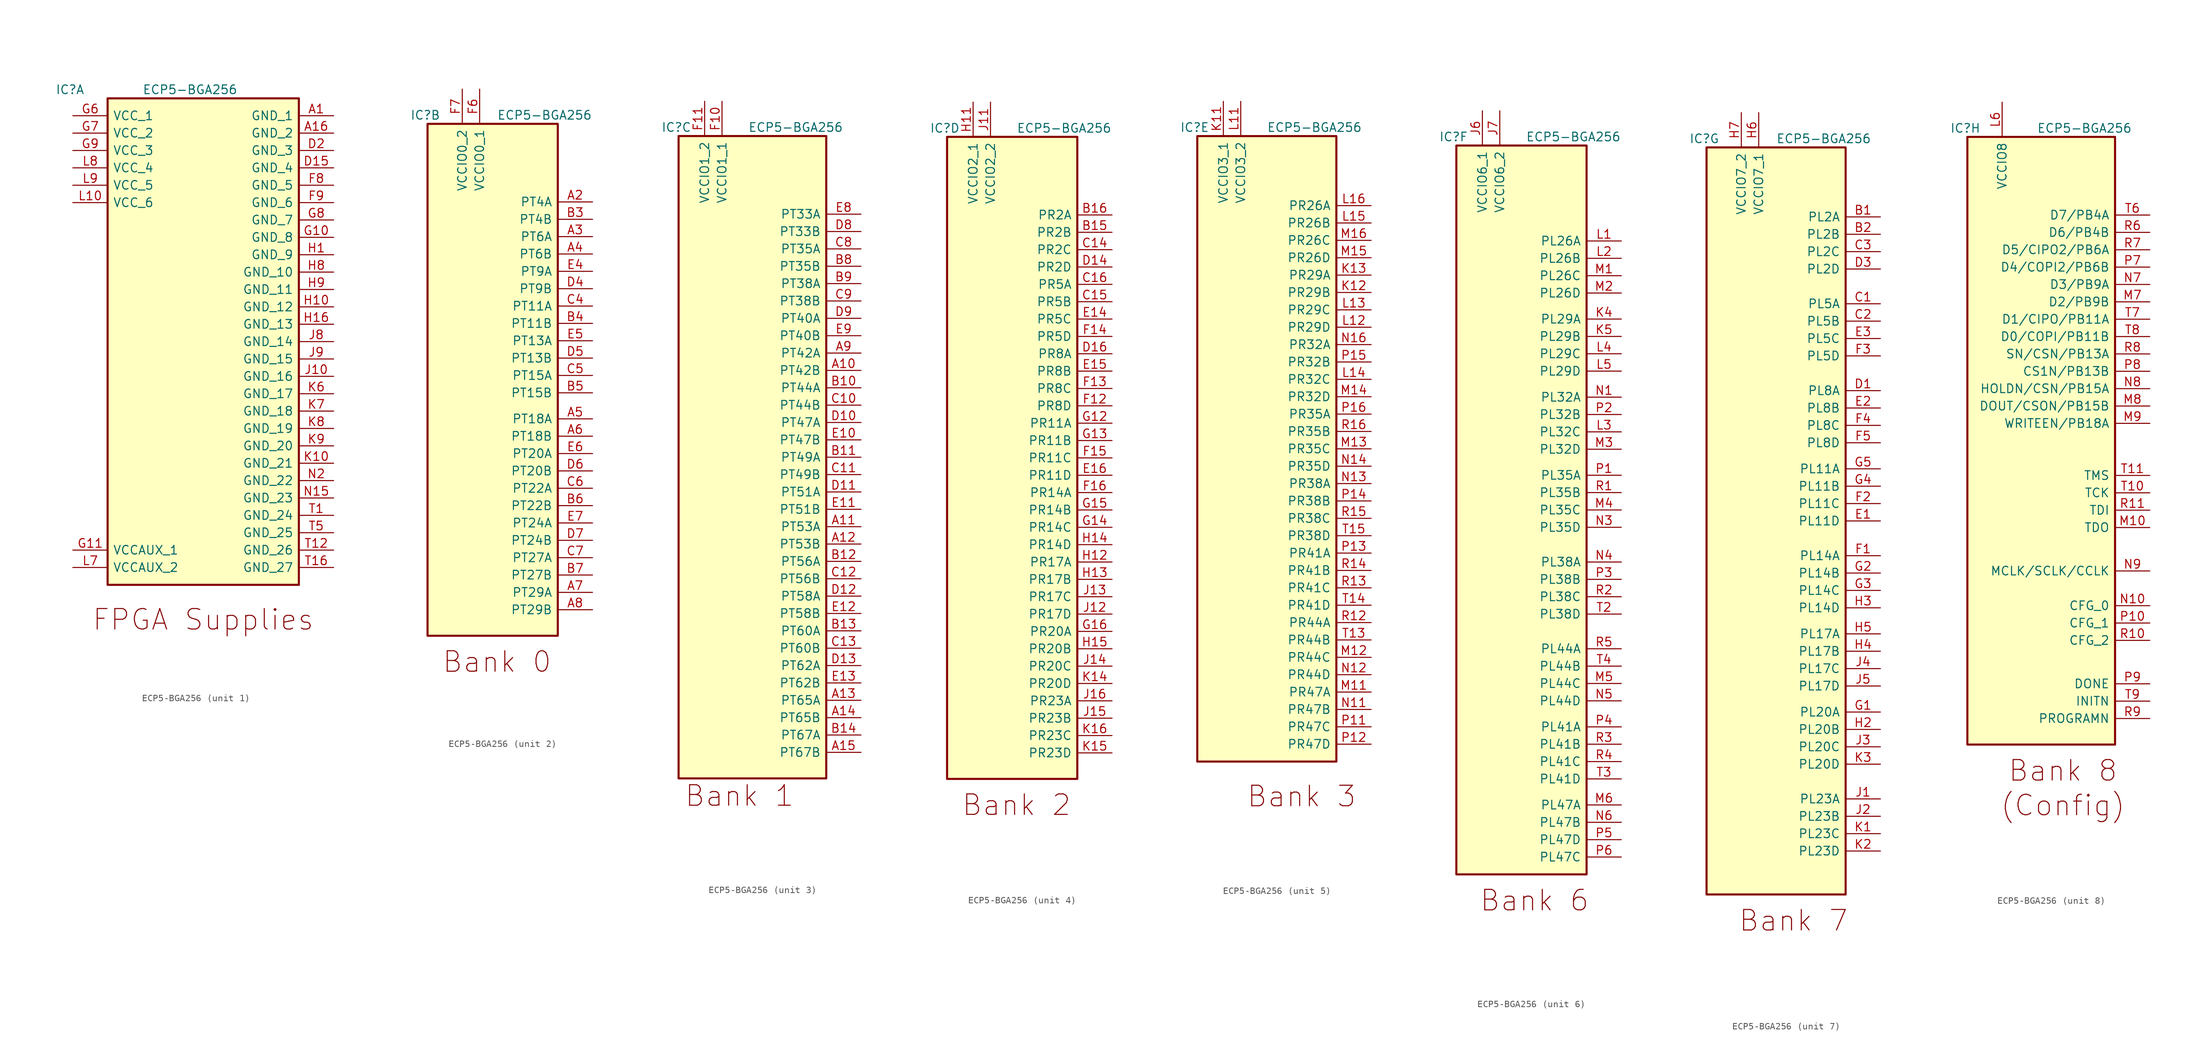
<source format=kicad_sym>
(kicad_symbol_lib
  (version 20200126)
  (host kicad_symbol_editor "5.99.0-unknown-2f31bf2~101~ubuntu20.04.1")
  (symbol "mini_mipi:ECP5-BGA256"
    (pin_names
      (offset 0.762))
    (property "Reference" "IC"
      (at -2.54 1.27 0)
      (effects (font (size 1.27 1.27)) (justify left)))
    (property "Value" "ECP5-BGA256"
      (at 10.16 1.27 0)
      (effects (font (size 1.27 1.27)) (justify left)))
    (property "ki_locked" ""
      (at 0 0 0)
      (effects (font (size 1.27 1.27))))
    (symbol "ECP5-BGA256_8_0"
      (text "(Config)" (at 13.97 -97.79 0) (effects (font (size 2.997 2.997))))
      (text "Bank 8" (at 13.97 -92.71 0) (effects (font (size 2.997 2.997)))))
    (symbol "ECP5-BGA256_1_1"
      (text "FPGA Supplies" (at 19.05 -76.2 0) (effects (font (size 2.997 2.997))))
      (pin power_in line (at 38.1 -2.54 180) (length 5.08) (name "GND_1" (effects (font (size 1.27 1.27)))) (number "A1" (effects (font (size 1.27 1.27)))))
      (pin power_in line (at 38.1 -5.08 180) (length 5.08) (name "GND_2" (effects (font (size 1.27 1.27)))) (number "A16" (effects (font (size 1.27 1.27)))))
      (pin power_in line (at 38.1 -10.16 180) (length 5.08) (name "GND_4" (effects (font (size 1.27 1.27)))) (number "D15" (effects (font (size 1.27 1.27)))))
      (pin power_in line (at 38.1 -7.62 180) (length 5.08) (name "GND_3" (effects (font (size 1.27 1.27)))) (number "D2" (effects (font (size 1.27 1.27)))))
      (pin power_in line (at 38.1 -12.7 180) (length 5.08) (name "GND_5" (effects (font (size 1.27 1.27)))) (number "F8" (effects (font (size 1.27 1.27)))))
      (pin power_in line (at 38.1 -15.24 180) (length 5.08) (name "GND_6" (effects (font (size 1.27 1.27)))) (number "F9" (effects (font (size 1.27 1.27)))))
      (pin power_in line (at 38.1 -20.32 180) (length 5.08) (name "GND_8" (effects (font (size 1.27 1.27)))) (number "G10" (effects (font (size 1.27 1.27)))))
      (pin power_in line (at 0 -66.04 0) (length 5.08) (name "VCCAUX_1" (effects (font (size 1.27 1.27)))) (number "G11" (effects (font (size 1.27 1.27)))))
      (pin power_in line (at 0 -2.54 0) (length 5.08) (name "VCC_1" (effects (font (size 1.27 1.27)))) (number "G6" (effects (font (size 1.27 1.27)))))
      (pin power_in line (at 0 -5.08 0) (length 5.08) (name "VCC_2" (effects (font (size 1.27 1.27)))) (number "G7" (effects (font (size 1.27 1.27)))))
      (pin power_in line (at 38.1 -17.78 180) (length 5.08) (name "GND_7" (effects (font (size 1.27 1.27)))) (number "G8" (effects (font (size 1.27 1.27)))))
      (pin power_in line (at 0 -7.62 0) (length 5.08) (name "VCC_3" (effects (font (size 1.27 1.27)))) (number "G9" (effects (font (size 1.27 1.27)))))
      (pin power_in line (at 38.1 -22.86 180) (length 5.08) (name "GND_9" (effects (font (size 1.27 1.27)))) (number "H1" (effects (font (size 1.27 1.27)))))
      (pin power_in line (at 38.1 -30.48 180) (length 5.08) (name "GND_12" (effects (font (size 1.27 1.27)))) (number "H10" (effects (font (size 1.27 1.27)))))
      (pin power_in line (at 38.1 -33.02 180) (length 5.08) (name "GND_13" (effects (font (size 1.27 1.27)))) (number "H16" (effects (font (size 1.27 1.27)))))
      (pin power_in line (at 38.1 -25.4 180) (length 5.08) (name "GND_10" (effects (font (size 1.27 1.27)))) (number "H8" (effects (font (size 1.27 1.27)))))
      (pin power_in line (at 38.1 -27.94 180) (length 5.08) (name "GND_11" (effects (font (size 1.27 1.27)))) (number "H9" (effects (font (size 1.27 1.27)))))
      (pin power_in line (at 38.1 -40.64 180) (length 5.08) (name "GND_16" (effects (font (size 1.27 1.27)))) (number "J10" (effects (font (size 1.27 1.27)))))
      (pin power_in line (at 38.1 -35.56 180) (length 5.08) (name "GND_14" (effects (font (size 1.27 1.27)))) (number "J8" (effects (font (size 1.27 1.27)))))
      (pin power_in line (at 38.1 -38.1 180) (length 5.08) (name "GND_15" (effects (font (size 1.27 1.27)))) (number "J9" (effects (font (size 1.27 1.27)))))
      (pin power_in line (at 38.1 -53.34 180) (length 5.08) (name "GND_21" (effects (font (size 1.27 1.27)))) (number "K10" (effects (font (size 1.27 1.27)))))
      (pin power_in line (at 38.1 -43.18 180) (length 5.08) (name "GND_17" (effects (font (size 1.27 1.27)))) (number "K6" (effects (font (size 1.27 1.27)))))
      (pin power_in line (at 38.1 -45.72 180) (length 5.08) (name "GND_18" (effects (font (size 1.27 1.27)))) (number "K7" (effects (font (size 1.27 1.27)))))
      (pin power_in line (at 38.1 -48.26 180) (length 5.08) (name "GND_19" (effects (font (size 1.27 1.27)))) (number "K8" (effects (font (size 1.27 1.27)))))
      (pin power_in line (at 38.1 -50.8 180) (length 5.08) (name "GND_20" (effects (font (size 1.27 1.27)))) (number "K9" (effects (font (size 1.27 1.27)))))
      (pin power_in line (at 0 -15.24 0) (length 5.08) (name "VCC_6" (effects (font (size 1.27 1.27)))) (number "L10" (effects (font (size 1.27 1.27)))))
      (pin power_in line (at 0 -68.58 0) (length 5.08) (name "VCCAUX_2" (effects (font (size 1.27 1.27)))) (number "L7" (effects (font (size 1.27 1.27)))))
      (pin power_in line (at 0 -10.16 0) (length 5.08) (name "VCC_4" (effects (font (size 1.27 1.27)))) (number "L8" (effects (font (size 1.27 1.27)))))
      (pin power_in line (at 0 -12.7 0) (length 5.08) (name "VCC_5" (effects (font (size 1.27 1.27)))) (number "L9" (effects (font (size 1.27 1.27)))))
      (pin power_in line (at 38.1 -58.42 180) (length 5.08) (name "GND_23" (effects (font (size 1.27 1.27)))) (number "N15" (effects (font (size 1.27 1.27)))))
      (pin power_in line (at 38.1 -55.88 180) (length 5.08) (name "GND_22" (effects (font (size 1.27 1.27)))) (number "N2" (effects (font (size 1.27 1.27)))))
      (pin power_in line (at 38.1 -60.96 180) (length 5.08) (name "GND_24" (effects (font (size 1.27 1.27)))) (number "T1" (effects (font (size 1.27 1.27)))))
      (pin power_in line (at 38.1 -66.04 180) (length 5.08) (name "GND_26" (effects (font (size 1.27 1.27)))) (number "T12" (effects (font (size 1.27 1.27)))))
      (pin bidirectional line (at 38.1 -68.58 180) (length 5.08) (name "GND_27" (effects (font (size 1.27 1.27)))) (number "T16" (effects (font (size 1.27 1.27)))))
      (pin power_in line (at 38.1 -63.5 180) (length 5.08) (name "GND_25" (effects (font (size 1.27 1.27)))) (number "T5" (effects (font (size 1.27 1.27))))))
    (symbol "ECP5-BGA256_2_1"
      (text "Bank 0" (at 10.16 -78.74 0) (effects (font (size 2.997 2.997))))
      (rectangle (start 0 0) (end 19.05 -74.93) (stroke (width 0.305)) (fill (type background)))
      (pin bidirectional line (at 24.13 -11.43 180) (length 5.08) (name "PT4A" (effects (font (size 1.27 1.27)))) (number "A2" (effects (font (size 1.27 1.27)))))
      (pin bidirectional line (at 24.13 -16.51 180) (length 5.08) (name "PT6A" (effects (font (size 1.27 1.27)))) (number "A3" (effects (font (size 1.27 1.27)))))
      (pin bidirectional line (at 24.13 -19.05 180) (length 5.08) (name "PT6B" (effects (font (size 1.27 1.27)))) (number "A4" (effects (font (size 1.27 1.27)))))
      (pin bidirectional line (at 24.13 -43.18 180) (length 5.08) (name "PT18A" (effects (font (size 1.27 1.27)))) (number "A5" (effects (font (size 1.27 1.27)))))
      (pin bidirectional line (at 24.13 -45.72 180) (length 5.08) (name "PT18B" (effects (font (size 1.27 1.27)))) (number "A6" (effects (font (size 1.27 1.27)))))
      (pin bidirectional line (at 24.13 -68.58 180) (length 5.08) (name "PT29A" (effects (font (size 1.27 1.27)))) (number "A7" (effects (font (size 1.27 1.27)))))
      (pin bidirectional line (at 24.13 -71.12 180) (length 5.08) (name "PT29B" (effects (font (size 1.27 1.27)))) (number "A8" (effects (font (size 1.27 1.27)))))
      (pin bidirectional line (at 24.13 -13.97 180) (length 5.08) (name "PT4B" (effects (font (size 1.27 1.27)))) (number "B3" (effects (font (size 1.27 1.27)))))
      (pin bidirectional line (at 24.13 -29.21 180) (length 5.08) (name "PT11B" (effects (font (size 1.27 1.27)))) (number "B4" (effects (font (size 1.27 1.27)))))
      (pin bidirectional line (at 24.13 -39.37 180) (length 5.08) (name "PT15B" (effects (font (size 1.27 1.27)))) (number "B5" (effects (font (size 1.27 1.27)))))
      (pin bidirectional line (at 24.13 -55.88 180) (length 5.08) (name "PT22B" (effects (font (size 1.27 1.27)))) (number "B6" (effects (font (size 1.27 1.27)))))
      (pin bidirectional line (at 24.13 -66.04 180) (length 5.08) (name "PT27B" (effects (font (size 1.27 1.27)))) (number "B7" (effects (font (size 1.27 1.27)))))
      (pin bidirectional line (at 24.13 -26.67 180) (length 5.08) (name "PT11A" (effects (font (size 1.27 1.27)))) (number "C4" (effects (font (size 1.27 1.27)))))
      (pin bidirectional line (at 24.13 -36.83 180) (length 5.08) (name "PT15A" (effects (font (size 1.27 1.27)))) (number "C5" (effects (font (size 1.27 1.27)))))
      (pin bidirectional line (at 24.13 -53.34 180) (length 5.08) (name "PT22A" (effects (font (size 1.27 1.27)))) (number "C6" (effects (font (size 1.27 1.27)))))
      (pin bidirectional line (at 24.13 -63.5 180) (length 5.08) (name "PT27A" (effects (font (size 1.27 1.27)))) (number "C7" (effects (font (size 1.27 1.27)))))
      (pin bidirectional line (at 24.13 -24.13 180) (length 5.08) (name "PT9B" (effects (font (size 1.27 1.27)))) (number "D4" (effects (font (size 1.27 1.27)))))
      (pin bidirectional line (at 24.13 -34.29 180) (length 5.08) (name "PT13B" (effects (font (size 1.27 1.27)))) (number "D5" (effects (font (size 1.27 1.27)))))
      (pin bidirectional line (at 24.13 -50.8 180) (length 5.08) (name "PT20B" (effects (font (size 1.27 1.27)))) (number "D6" (effects (font (size 1.27 1.27)))))
      (pin bidirectional line (at 24.13 -60.96 180) (length 5.08) (name "PT24B" (effects (font (size 1.27 1.27)))) (number "D7" (effects (font (size 1.27 1.27)))))
      (pin bidirectional line (at 24.13 -21.59 180) (length 5.08) (name "PT9A" (effects (font (size 1.27 1.27)))) (number "E4" (effects (font (size 1.27 1.27)))))
      (pin bidirectional line (at 24.13 -31.75 180) (length 5.08) (name "PT13A" (effects (font (size 1.27 1.27)))) (number "E5" (effects (font (size 1.27 1.27)))))
      (pin bidirectional line (at 24.13 -48.26 180) (length 5.08) (name "PT20A" (effects (font (size 1.27 1.27)))) (number "E6" (effects (font (size 1.27 1.27)))))
      (pin bidirectional line (at 24.13 -58.42 180) (length 5.08) (name "PT24A" (effects (font (size 1.27 1.27)))) (number "E7" (effects (font (size 1.27 1.27)))))
      (pin power_in line (at 7.62 5.08 270) (length 5.08) (name "VCCIO0_1" (effects (font (size 1.27 1.27)))) (number "F6" (effects (font (size 1.27 1.27)))))
      (pin power_in line (at 5.08 5.08 270) (length 5.08) (name "VCCIO0_2" (effects (font (size 1.27 1.27)))) (number "F7" (effects (font (size 1.27 1.27))))))
    (symbol "ECP5-BGA256_3_1"
      (text "Bank 1" (at 8.89 -96.52 0) (effects (font (size 2.997 2.997))))
      (pin bidirectional line (at 26.67 -34.29 180) (length 5.08) (name "PT42B" (effects (font (size 1.27 1.27)))) (number "A10" (effects (font (size 1.27 1.27)))))
      (pin bidirectional line (at 26.67 -57.15 180) (length 5.08) (name "PT53A" (effects (font (size 1.27 1.27)))) (number "A11" (effects (font (size 1.27 1.27)))))
      (pin bidirectional line (at 26.67 -59.69 180) (length 5.08) (name "PT53B" (effects (font (size 1.27 1.27)))) (number "A12" (effects (font (size 1.27 1.27)))))
      (pin bidirectional line (at 26.67 -82.55 180) (length 5.08) (name "PT65A" (effects (font (size 1.27 1.27)))) (number "A13" (effects (font (size 1.27 1.27)))))
      (pin bidirectional line (at 26.67 -85.09 180) (length 5.08) (name "PT65B" (effects (font (size 1.27 1.27)))) (number "A14" (effects (font (size 1.27 1.27)))))
      (pin bidirectional line (at 26.67 -90.17 180) (length 5.08) (name "PT67B" (effects (font (size 1.27 1.27)))) (number "A15" (effects (font (size 1.27 1.27)))))
      (pin bidirectional line (at 26.67 -31.75 180) (length 5.08) (name "PT42A" (effects (font (size 1.27 1.27)))) (number "A9" (effects (font (size 1.27 1.27)))))
      (pin bidirectional line (at 26.67 -36.83 180) (length 5.08) (name "PT44A" (effects (font (size 1.27 1.27)))) (number "B10" (effects (font (size 1.27 1.27)))))
      (pin bidirectional line (at 26.67 -46.99 180) (length 5.08) (name "PT49A" (effects (font (size 1.27 1.27)))) (number "B11" (effects (font (size 1.27 1.27)))))
      (pin bidirectional line (at 26.67 -62.23 180) (length 5.08) (name "PT56A" (effects (font (size 1.27 1.27)))) (number "B12" (effects (font (size 1.27 1.27)))))
      (pin bidirectional line (at 26.67 -72.39 180) (length 5.08) (name "PT60A" (effects (font (size 1.27 1.27)))) (number "B13" (effects (font (size 1.27 1.27)))))
      (pin bidirectional line (at 26.67 -87.63 180) (length 5.08) (name "PT67A" (effects (font (size 1.27 1.27)))) (number "B14" (effects (font (size 1.27 1.27)))))
      (pin bidirectional line (at 26.67 -19.05 180) (length 5.08) (name "PT35B" (effects (font (size 1.27 1.27)))) (number "B8" (effects (font (size 1.27 1.27)))))
      (pin bidirectional line (at 26.67 -21.59 180) (length 5.08) (name "PT38A" (effects (font (size 1.27 1.27)))) (number "B9" (effects (font (size 1.27 1.27)))))
      (pin bidirectional line (at 26.67 -39.37 180) (length 5.08) (name "PT44B" (effects (font (size 1.27 1.27)))) (number "C10" (effects (font (size 1.27 1.27)))))
      (pin bidirectional line (at 26.67 -49.53 180) (length 5.08) (name "PT49B" (effects (font (size 1.27 1.27)))) (number "C11" (effects (font (size 1.27 1.27)))))
      (pin bidirectional line (at 26.67 -64.77 180) (length 5.08) (name "PT56B" (effects (font (size 1.27 1.27)))) (number "C12" (effects (font (size 1.27 1.27)))))
      (pin bidirectional line (at 26.67 -74.93 180) (length 5.08) (name "PT60B" (effects (font (size 1.27 1.27)))) (number "C13" (effects (font (size 1.27 1.27)))))
      (pin bidirectional line (at 26.67 -16.51 180) (length 5.08) (name "PT35A" (effects (font (size 1.27 1.27)))) (number "C8" (effects (font (size 1.27 1.27)))))
      (pin bidirectional line (at 26.67 -24.13 180) (length 5.08) (name "PT38B" (effects (font (size 1.27 1.27)))) (number "C9" (effects (font (size 1.27 1.27)))))
      (pin bidirectional line (at 26.67 -41.91 180) (length 5.08) (name "PT47A" (effects (font (size 1.27 1.27)))) (number "D10" (effects (font (size 1.27 1.27)))))
      (pin bidirectional line (at 26.67 -52.07 180) (length 5.08) (name "PT51A" (effects (font (size 1.27 1.27)))) (number "D11" (effects (font (size 1.27 1.27)))))
      (pin bidirectional line (at 26.67 -67.31 180) (length 5.08) (name "PT58A" (effects (font (size 1.27 1.27)))) (number "D12" (effects (font (size 1.27 1.27)))))
      (pin bidirectional line (at 26.67 -77.47 180) (length 5.08) (name "PT62A" (effects (font (size 1.27 1.27)))) (number "D13" (effects (font (size 1.27 1.27)))))
      (pin bidirectional line (at 26.67 -13.97 180) (length 5.08) (name "PT33B" (effects (font (size 1.27 1.27)))) (number "D8" (effects (font (size 1.27 1.27)))))
      (pin bidirectional line (at 26.67 -26.67 180) (length 5.08) (name "PT40A" (effects (font (size 1.27 1.27)))) (number "D9" (effects (font (size 1.27 1.27)))))
      (pin bidirectional line (at 26.67 -44.45 180) (length 5.08) (name "PT47B" (effects (font (size 1.27 1.27)))) (number "E10" (effects (font (size 1.27 1.27)))))
      (pin bidirectional line (at 26.67 -54.61 180) (length 5.08) (name "PT51B" (effects (font (size 1.27 1.27)))) (number "E11" (effects (font (size 1.27 1.27)))))
      (pin bidirectional line (at 26.67 -69.85 180) (length 5.08) (name "PT58B" (effects (font (size 1.27 1.27)))) (number "E12" (effects (font (size 1.27 1.27)))))
      (pin bidirectional line (at 26.67 -80.01 180) (length 5.08) (name "PT62B" (effects (font (size 1.27 1.27)))) (number "E13" (effects (font (size 1.27 1.27)))))
      (pin bidirectional line (at 26.67 -11.43 180) (length 5.08) (name "PT33A" (effects (font (size 1.27 1.27)))) (number "E8" (effects (font (size 1.27 1.27)))))
      (pin bidirectional line (at 26.67 -29.21 180) (length 5.08) (name "PT40B" (effects (font (size 1.27 1.27)))) (number "E9" (effects (font (size 1.27 1.27)))))
      (pin power_in line (at 6.35 5.08 270) (length 5.08) (name "VCCIO1_1" (effects (font (size 1.27 1.27)))) (number "F10" (effects (font (size 1.27 1.27)))))
      (pin power_in line (at 3.81 5.08 270) (length 5.08) (name "VCCIO1_2" (effects (font (size 1.27 1.27)))) (number "F11" (effects (font (size 1.27 1.27))))))
    (symbol "ECP5-BGA256_4_1"
      (text "Bank 2" (at 10.16 -97.79 0) (effects (font (size 2.997 2.997))))
      (rectangle (start 0 0) (end 19.05 -93.98) (stroke (width 0.305)) (fill (type background)))
      (pin bidirectional line (at 24.13 -13.97 180) (length 5.08) (name "PR2B" (effects (font (size 1.27 1.27)))) (number "B15" (effects (font (size 1.27 1.27)))))
      (pin bidirectional line (at 24.13 -11.43 180) (length 5.08) (name "PR2A" (effects (font (size 1.27 1.27)))) (number "B16" (effects (font (size 1.27 1.27)))))
      (pin bidirectional line (at 24.13 -16.51 180) (length 5.08) (name "PR2C" (effects (font (size 1.27 1.27)))) (number "C14" (effects (font (size 1.27 1.27)))))
      (pin bidirectional line (at 24.13 -24.13 180) (length 5.08) (name "PR5B" (effects (font (size 1.27 1.27)))) (number "C15" (effects (font (size 1.27 1.27)))))
      (pin bidirectional line (at 24.13 -21.59 180) (length 5.08) (name "PR5A" (effects (font (size 1.27 1.27)))) (number "C16" (effects (font (size 1.27 1.27)))))
      (pin bidirectional line (at 24.13 -19.05 180) (length 5.08) (name "PR2D" (effects (font (size 1.27 1.27)))) (number "D14" (effects (font (size 1.27 1.27)))))
      (pin bidirectional line (at 24.13 -31.75 180) (length 5.08) (name "PR8A" (effects (font (size 1.27 1.27)))) (number "D16" (effects (font (size 1.27 1.27)))))
      (pin bidirectional line (at 24.13 -26.67 180) (length 5.08) (name "PR5C" (effects (font (size 1.27 1.27)))) (number "E14" (effects (font (size 1.27 1.27)))))
      (pin bidirectional line (at 24.13 -34.29 180) (length 5.08) (name "PR8B" (effects (font (size 1.27 1.27)))) (number "E15" (effects (font (size 1.27 1.27)))))
      (pin bidirectional line (at 24.13 -49.53 180) (length 5.08) (name "PR11D" (effects (font (size 1.27 1.27)))) (number "E16" (effects (font (size 1.27 1.27)))))
      (pin bidirectional line (at 24.13 -39.37 180) (length 5.08) (name "PR8D" (effects (font (size 1.27 1.27)))) (number "F12" (effects (font (size 1.27 1.27)))))
      (pin bidirectional line (at 24.13 -36.83 180) (length 5.08) (name "PR8C" (effects (font (size 1.27 1.27)))) (number "F13" (effects (font (size 1.27 1.27)))))
      (pin bidirectional line (at 24.13 -29.21 180) (length 5.08) (name "PR5D" (effects (font (size 1.27 1.27)))) (number "F14" (effects (font (size 1.27 1.27)))))
      (pin bidirectional line (at 24.13 -46.99 180) (length 5.08) (name "PR11C" (effects (font (size 1.27 1.27)))) (number "F15" (effects (font (size 1.27 1.27)))))
      (pin bidirectional line (at 24.13 -52.07 180) (length 5.08) (name "PR14A" (effects (font (size 1.27 1.27)))) (number "F16" (effects (font (size 1.27 1.27)))))
      (pin bidirectional line (at 24.13 -41.91 180) (length 5.08) (name "PR11A" (effects (font (size 1.27 1.27)))) (number "G12" (effects (font (size 1.27 1.27)))))
      (pin bidirectional line (at 24.13 -44.45 180) (length 5.08) (name "PR11B" (effects (font (size 1.27 1.27)))) (number "G13" (effects (font (size 1.27 1.27)))))
      (pin bidirectional line (at 24.13 -57.15 180) (length 5.08) (name "PR14C" (effects (font (size 1.27 1.27)))) (number "G14" (effects (font (size 1.27 1.27)))))
      (pin bidirectional line (at 24.13 -54.61 180) (length 5.08) (name "PR14B" (effects (font (size 1.27 1.27)))) (number "G15" (effects (font (size 1.27 1.27)))))
      (pin bidirectional line (at 24.13 -72.39 180) (length 5.08) (name "PR20A" (effects (font (size 1.27 1.27)))) (number "G16" (effects (font (size 1.27 1.27)))))
      (pin power_in line (at 3.81 5.08 270) (length 5.08) (name "VCCIO2_1" (effects (font (size 1.27 1.27)))) (number "H11" (effects (font (size 1.27 1.27)))))
      (pin bidirectional line (at 24.13 -62.23 180) (length 5.08) (name "PR17A" (effects (font (size 1.27 1.27)))) (number "H12" (effects (font (size 1.27 1.27)))))
      (pin bidirectional line (at 24.13 -64.77 180) (length 5.08) (name "PR17B" (effects (font (size 1.27 1.27)))) (number "H13" (effects (font (size 1.27 1.27)))))
      (pin bidirectional line (at 24.13 -59.69 180) (length 5.08) (name "PR14D" (effects (font (size 1.27 1.27)))) (number "H14" (effects (font (size 1.27 1.27)))))
      (pin bidirectional line (at 24.13 -74.93 180) (length 5.08) (name "PR20B" (effects (font (size 1.27 1.27)))) (number "H15" (effects (font (size 1.27 1.27)))))
      (pin power_in line (at 6.35 5.08 270) (length 5.08) (name "VCCIO2_2" (effects (font (size 1.27 1.27)))) (number "J11" (effects (font (size 1.27 1.27)))))
      (pin bidirectional line (at 24.13 -69.85 180) (length 5.08) (name "PR17D" (effects (font (size 1.27 1.27)))) (number "J12" (effects (font (size 1.27 1.27)))))
      (pin bidirectional line (at 24.13 -67.31 180) (length 5.08) (name "PR17C" (effects (font (size 1.27 1.27)))) (number "J13" (effects (font (size 1.27 1.27)))))
      (pin bidirectional line (at 24.13 -77.47 180) (length 5.08) (name "PR20C" (effects (font (size 1.27 1.27)))) (number "J14" (effects (font (size 1.27 1.27)))))
      (pin bidirectional line (at 24.13 -85.09 180) (length 5.08) (name "PR23B" (effects (font (size 1.27 1.27)))) (number "J15" (effects (font (size 1.27 1.27)))))
      (pin bidirectional line (at 24.13 -82.55 180) (length 5.08) (name "PR23A" (effects (font (size 1.27 1.27)))) (number "J16" (effects (font (size 1.27 1.27)))))
      (pin bidirectional line (at 24.13 -80.01 180) (length 5.08) (name "PR20D" (effects (font (size 1.27 1.27)))) (number "K14" (effects (font (size 1.27 1.27)))))
      (pin bidirectional line (at 24.13 -90.17 180) (length 5.08) (name "PR23D" (effects (font (size 1.27 1.27)))) (number "K15" (effects (font (size 1.27 1.27)))))
      (pin bidirectional line (at 24.13 -87.63 180) (length 5.08) (name "PR23C" (effects (font (size 1.27 1.27)))) (number "K16" (effects (font (size 1.27 1.27))))))
    (symbol "ECP5-BGA256_5_1"
      (text "Bank 3" (at 15.24 -96.52 0) (effects (font (size 2.997 2.997))))
      (pin power_in line (at 3.81 5.08 270) (length 5.08) (name "VCCIO3_1" (effects (font (size 1.27 1.27)))) (number "K11" (effects (font (size 1.27 1.27)))))
      (pin bidirectional line (at 25.4 -22.86 180) (length 5.08) (name "PR29B" (effects (font (size 1.27 1.27)))) (number "K12" (effects (font (size 1.27 1.27)))))
      (pin bidirectional line (at 25.4 -20.32 180) (length 5.08) (name "PR29A" (effects (font (size 1.27 1.27)))) (number "K13" (effects (font (size 1.27 1.27)))))
      (pin power_in line (at 6.35 5.08 270) (length 5.08) (name "VCCIO3_2" (effects (font (size 1.27 1.27)))) (number "L11" (effects (font (size 1.27 1.27)))))
      (pin bidirectional line (at 25.4 -27.94 180) (length 5.08) (name "PR29D" (effects (font (size 1.27 1.27)))) (number "L12" (effects (font (size 1.27 1.27)))))
      (pin bidirectional line (at 25.4 -25.4 180) (length 5.08) (name "PR29C" (effects (font (size 1.27 1.27)))) (number "L13" (effects (font (size 1.27 1.27)))))
      (pin bidirectional line (at 25.4 -35.56 180) (length 5.08) (name "PR32C" (effects (font (size 1.27 1.27)))) (number "L14" (effects (font (size 1.27 1.27)))))
      (pin bidirectional line (at 25.4 -12.7 180) (length 5.08) (name "PR26B" (effects (font (size 1.27 1.27)))) (number "L15" (effects (font (size 1.27 1.27)))))
      (pin bidirectional line (at 25.4 -10.16 180) (length 5.08) (name "PR26A" (effects (font (size 1.27 1.27)))) (number "L16" (effects (font (size 1.27 1.27)))))
      (pin bidirectional line (at 25.4 -81.28 180) (length 5.08) (name "PR47A" (effects (font (size 1.27 1.27)))) (number "M11" (effects (font (size 1.27 1.27)))))
      (pin bidirectional line (at 25.4 -76.2 180) (length 5.08) (name "PR44C" (effects (font (size 1.27 1.27)))) (number "M12" (effects (font (size 1.27 1.27)))))
      (pin bidirectional line (at 25.4 -45.72 180) (length 5.08) (name "PR35C" (effects (font (size 1.27 1.27)))) (number "M13" (effects (font (size 1.27 1.27)))))
      (pin bidirectional line (at 25.4 -38.1 180) (length 5.08) (name "PR32D" (effects (font (size 1.27 1.27)))) (number "M14" (effects (font (size 1.27 1.27)))))
      (pin bidirectional line (at 25.4 -17.78 180) (length 5.08) (name "PR26D" (effects (font (size 1.27 1.27)))) (number "M15" (effects (font (size 1.27 1.27)))))
      (pin bidirectional line (at 25.4 -15.24 180) (length 5.08) (name "PR26C" (effects (font (size 1.27 1.27)))) (number "M16" (effects (font (size 1.27 1.27)))))
      (pin bidirectional line (at 25.4 -83.82 180) (length 5.08) (name "PR47B" (effects (font (size 1.27 1.27)))) (number "N11" (effects (font (size 1.27 1.27)))))
      (pin bidirectional line (at 25.4 -78.74 180) (length 5.08) (name "PR44D" (effects (font (size 1.27 1.27)))) (number "N12" (effects (font (size 1.27 1.27)))))
      (pin bidirectional line (at 25.4 -50.8 180) (length 5.08) (name "PR38A" (effects (font (size 1.27 1.27)))) (number "N13" (effects (font (size 1.27 1.27)))))
      (pin bidirectional line (at 25.4 -48.26 180) (length 5.08) (name "PR35D" (effects (font (size 1.27 1.27)))) (number "N14" (effects (font (size 1.27 1.27)))))
      (pin bidirectional line (at 25.4 -30.48 180) (length 5.08) (name "PR32A" (effects (font (size 1.27 1.27)))) (number "N16" (effects (font (size 1.27 1.27)))))
      (pin bidirectional line (at 25.4 -86.36 180) (length 5.08) (name "PR47C" (effects (font (size 1.27 1.27)))) (number "P11" (effects (font (size 1.27 1.27)))))
      (pin bidirectional line (at 25.4 -88.9 180) (length 5.08) (name "PR47D" (effects (font (size 1.27 1.27)))) (number "P12" (effects (font (size 1.27 1.27)))))
      (pin bidirectional line (at 25.4 -60.96 180) (length 5.08) (name "PR41A" (effects (font (size 1.27 1.27)))) (number "P13" (effects (font (size 1.27 1.27)))))
      (pin bidirectional line (at 25.4 -53.34 180) (length 5.08) (name "PR38B" (effects (font (size 1.27 1.27)))) (number "P14" (effects (font (size 1.27 1.27)))))
      (pin bidirectional line (at 25.4 -33.02 180) (length 5.08) (name "PR32B" (effects (font (size 1.27 1.27)))) (number "P15" (effects (font (size 1.27 1.27)))))
      (pin bidirectional line (at 25.4 -40.64 180) (length 5.08) (name "PR35A" (effects (font (size 1.27 1.27)))) (number "P16" (effects (font (size 1.27 1.27)))))
      (pin bidirectional line (at 25.4 -71.12 180) (length 5.08) (name "PR44A" (effects (font (size 1.27 1.27)))) (number "R12" (effects (font (size 1.27 1.27)))))
      (pin bidirectional line (at 25.4 -66.04 180) (length 5.08) (name "PR41C" (effects (font (size 1.27 1.27)))) (number "R13" (effects (font (size 1.27 1.27)))))
      (pin bidirectional line (at 25.4 -63.5 180) (length 5.08) (name "PR41B" (effects (font (size 1.27 1.27)))) (number "R14" (effects (font (size 1.27 1.27)))))
      (pin bidirectional line (at 25.4 -55.88 180) (length 5.08) (name "PR38C" (effects (font (size 1.27 1.27)))) (number "R15" (effects (font (size 1.27 1.27)))))
      (pin bidirectional line (at 25.4 -43.18 180) (length 5.08) (name "PR35B" (effects (font (size 1.27 1.27)))) (number "R16" (effects (font (size 1.27 1.27)))))
      (pin bidirectional line (at 25.4 -73.66 180) (length 5.08) (name "PR44B" (effects (font (size 1.27 1.27)))) (number "T13" (effects (font (size 1.27 1.27)))))
      (pin bidirectional line (at 25.4 -68.58 180) (length 5.08) (name "PR41D" (effects (font (size 1.27 1.27)))) (number "T14" (effects (font (size 1.27 1.27)))))
      (pin bidirectional line (at 25.4 -58.42 180) (length 5.08) (name "PR38D" (effects (font (size 1.27 1.27)))) (number "T15" (effects (font (size 1.27 1.27))))))
    (symbol "ECP5-BGA256_6_1"
      (text "Bank 6" (at 11.43 -110.49 0) (effects (font (size 2.997 2.997))))
      (rectangle (start 0 0) (end 19.05 -106.68) (stroke (width 0.305)) (fill (type background)))
      (pin power_in line (at 3.81 5.08 270) (length 5.08) (name "VCCIO6_1" (effects (font (size 1.27 1.27)))) (number "J6" (effects (font (size 1.27 1.27)))))
      (pin power_in line (at 6.35 5.08 270) (length 5.08) (name "VCCIO6_2" (effects (font (size 1.27 1.27)))) (number "J7" (effects (font (size 1.27 1.27)))))
      (pin bidirectional line (at 24.13 -25.4 180) (length 5.08) (name "PL29A" (effects (font (size 1.27 1.27)))) (number "K4" (effects (font (size 1.27 1.27)))))
      (pin bidirectional line (at 24.13 -27.94 180) (length 5.08) (name "PL29B" (effects (font (size 1.27 1.27)))) (number "K5" (effects (font (size 1.27 1.27)))))
      (pin bidirectional line (at 24.13 -13.97 180) (length 5.08) (name "PL26A" (effects (font (size 1.27 1.27)))) (number "L1" (effects (font (size 1.27 1.27)))))
      (pin bidirectional line (at 24.13 -16.51 180) (length 5.08) (name "PL26B" (effects (font (size 1.27 1.27)))) (number "L2" (effects (font (size 1.27 1.27)))))
      (pin bidirectional line (at 24.13 -41.91 180) (length 5.08) (name "PL32C" (effects (font (size 1.27 1.27)))) (number "L3" (effects (font (size 1.27 1.27)))))
      (pin bidirectional line (at 24.13 -30.48 180) (length 5.08) (name "PL29C" (effects (font (size 1.27 1.27)))) (number "L4" (effects (font (size 1.27 1.27)))))
      (pin bidirectional line (at 24.13 -33.02 180) (length 5.08) (name "PL29D" (effects (font (size 1.27 1.27)))) (number "L5" (effects (font (size 1.27 1.27)))))
      (pin bidirectional line (at 24.13 -19.05 180) (length 5.08) (name "PL26C" (effects (font (size 1.27 1.27)))) (number "M1" (effects (font (size 1.27 1.27)))))
      (pin bidirectional line (at 24.13 -21.59 180) (length 5.08) (name "PL26D" (effects (font (size 1.27 1.27)))) (number "M2" (effects (font (size 1.27 1.27)))))
      (pin bidirectional line (at 24.13 -44.45 180) (length 5.08) (name "PL32D" (effects (font (size 1.27 1.27)))) (number "M3" (effects (font (size 1.27 1.27)))))
      (pin bidirectional line (at 24.13 -53.34 180) (length 5.08) (name "PL35C" (effects (font (size 1.27 1.27)))) (number "M4" (effects (font (size 1.27 1.27)))))
      (pin bidirectional line (at 24.13 -78.74 180) (length 5.08) (name "PL44C" (effects (font (size 1.27 1.27)))) (number "M5" (effects (font (size 1.27 1.27)))))
      (pin bidirectional line (at 24.13 -96.52 180) (length 5.08) (name "PL47A" (effects (font (size 1.27 1.27)))) (number "M6" (effects (font (size 1.27 1.27)))))
      (pin bidirectional line (at 24.13 -36.83 180) (length 5.08) (name "PL32A" (effects (font (size 1.27 1.27)))) (number "N1" (effects (font (size 1.27 1.27)))))
      (pin bidirectional line (at 24.13 -55.88 180) (length 5.08) (name "PL35D" (effects (font (size 1.27 1.27)))) (number "N3" (effects (font (size 1.27 1.27)))))
      (pin bidirectional line (at 24.13 -60.96 180) (length 5.08) (name "PL38A" (effects (font (size 1.27 1.27)))) (number "N4" (effects (font (size 1.27 1.27)))))
      (pin bidirectional line (at 24.13 -81.28 180) (length 5.08) (name "PL44D" (effects (font (size 1.27 1.27)))) (number "N5" (effects (font (size 1.27 1.27)))))
      (pin bidirectional line (at 24.13 -99.06 180) (length 5.08) (name "PL47B" (effects (font (size 1.27 1.27)))) (number "N6" (effects (font (size 1.27 1.27)))))
      (pin bidirectional line (at 24.13 -48.26 180) (length 5.08) (name "PL35A" (effects (font (size 1.27 1.27)))) (number "P1" (effects (font (size 1.27 1.27)))))
      (pin bidirectional line (at 24.13 -39.37 180) (length 5.08) (name "PL32B" (effects (font (size 1.27 1.27)))) (number "P2" (effects (font (size 1.27 1.27)))))
      (pin bidirectional line (at 24.13 -63.5 180) (length 5.08) (name "PL38B" (effects (font (size 1.27 1.27)))) (number "P3" (effects (font (size 1.27 1.27)))))
      (pin bidirectional line (at 24.13 -85.09 180) (length 5.08) (name "PL41A" (effects (font (size 1.27 1.27)))) (number "P4" (effects (font (size 1.27 1.27)))))
      (pin bidirectional line (at 24.13 -101.6 180) (length 5.08) (name "PL47D" (effects (font (size 1.27 1.27)))) (number "P5" (effects (font (size 1.27 1.27)))))
      (pin bidirectional line (at 24.13 -104.14 180) (length 5.08) (name "PL47C" (effects (font (size 1.27 1.27)))) (number "P6" (effects (font (size 1.27 1.27)))))
      (pin bidirectional line (at 24.13 -50.8 180) (length 5.08) (name "PL35B" (effects (font (size 1.27 1.27)))) (number "R1" (effects (font (size 1.27 1.27)))))
      (pin bidirectional line (at 24.13 -66.04 180) (length 5.08) (name "PL38C" (effects (font (size 1.27 1.27)))) (number "R2" (effects (font (size 1.27 1.27)))))
      (pin bidirectional line (at 24.13 -87.63 180) (length 5.08) (name "PL41B" (effects (font (size 1.27 1.27)))) (number "R3" (effects (font (size 1.27 1.27)))))
      (pin bidirectional line (at 24.13 -90.17 180) (length 5.08) (name "PL41C" (effects (font (size 1.27 1.27)))) (number "R4" (effects (font (size 1.27 1.27)))))
      (pin bidirectional line (at 24.13 -73.66 180) (length 5.08) (name "PL44A" (effects (font (size 1.27 1.27)))) (number "R5" (effects (font (size 1.27 1.27)))))
      (pin bidirectional line (at 24.13 -68.58 180) (length 5.08) (name "PL38D" (effects (font (size 1.27 1.27)))) (number "T2" (effects (font (size 1.27 1.27)))))
      (pin bidirectional line (at 24.13 -92.71 180) (length 5.08) (name "PL41D" (effects (font (size 1.27 1.27)))) (number "T3" (effects (font (size 1.27 1.27)))))
      (pin bidirectional line (at 24.13 -76.2 180) (length 5.08) (name "PL44B" (effects (font (size 1.27 1.27)))) (number "T4" (effects (font (size 1.27 1.27))))))
    (symbol "ECP5-BGA256_7_1"
      (text "Bank 7" (at 12.7 -113.03 0) (effects (font (size 2.997 2.997))))
      (rectangle (start 0 0) (end 20.32 -109.22) (stroke (width 0.305)) (fill (type background)))
      (pin bidirectional line (at 25.4 -10.16 180) (length 5.08) (name "PL2A" (effects (font (size 1.27 1.27)))) (number "B1" (effects (font (size 1.27 1.27)))))
      (pin bidirectional line (at 25.4 -12.7 180) (length 5.08) (name "PL2B" (effects (font (size 1.27 1.27)))) (number "B2" (effects (font (size 1.27 1.27)))))
      (pin bidirectional line (at 25.4 -22.86 180) (length 5.08) (name "PL5A" (effects (font (size 1.27 1.27)))) (number "C1" (effects (font (size 1.27 1.27)))))
      (pin bidirectional line (at 25.4 -25.4 180) (length 5.08) (name "PL5B" (effects (font (size 1.27 1.27)))) (number "C2" (effects (font (size 1.27 1.27)))))
      (pin bidirectional line (at 25.4 -15.24 180) (length 5.08) (name "PL2C" (effects (font (size 1.27 1.27)))) (number "C3" (effects (font (size 1.27 1.27)))))
      (pin bidirectional line (at 25.4 -35.56 180) (length 5.08) (name "PL8A" (effects (font (size 1.27 1.27)))) (number "D1" (effects (font (size 1.27 1.27)))))
      (pin bidirectional line (at 25.4 -17.78 180) (length 5.08) (name "PL2D" (effects (font (size 1.27 1.27)))) (number "D3" (effects (font (size 1.27 1.27)))))
      (pin bidirectional line (at 25.4 -54.61 180) (length 5.08) (name "PL11D" (effects (font (size 1.27 1.27)))) (number "E1" (effects (font (size 1.27 1.27)))))
      (pin bidirectional line (at 25.4 -38.1 180) (length 5.08) (name "PL8B" (effects (font (size 1.27 1.27)))) (number "E2" (effects (font (size 1.27 1.27)))))
      (pin bidirectional line (at 25.4 -27.94 180) (length 5.08) (name "PL5C" (effects (font (size 1.27 1.27)))) (number "E3" (effects (font (size 1.27 1.27)))))
      (pin bidirectional line (at 25.4 -59.69 180) (length 5.08) (name "PL14A" (effects (font (size 1.27 1.27)))) (number "F1" (effects (font (size 1.27 1.27)))))
      (pin bidirectional line (at 25.4 -52.07 180) (length 5.08) (name "PL11C" (effects (font (size 1.27 1.27)))) (number "F2" (effects (font (size 1.27 1.27)))))
      (pin bidirectional line (at 25.4 -30.48 180) (length 5.08) (name "PL5D" (effects (font (size 1.27 1.27)))) (number "F3" (effects (font (size 1.27 1.27)))))
      (pin bidirectional line (at 25.4 -40.64 180) (length 5.08) (name "PL8C" (effects (font (size 1.27 1.27)))) (number "F4" (effects (font (size 1.27 1.27)))))
      (pin bidirectional line (at 25.4 -43.18 180) (length 5.08) (name "PL8D" (effects (font (size 1.27 1.27)))) (number "F5" (effects (font (size 1.27 1.27)))))
      (pin bidirectional line (at 25.4 -82.55 180) (length 5.08) (name "PL20A" (effects (font (size 1.27 1.27)))) (number "G1" (effects (font (size 1.27 1.27)))))
      (pin bidirectional line (at 25.4 -62.23 180) (length 5.08) (name "PL14B" (effects (font (size 1.27 1.27)))) (number "G2" (effects (font (size 1.27 1.27)))))
      (pin bidirectional line (at 25.4 -64.77 180) (length 5.08) (name "PL14C" (effects (font (size 1.27 1.27)))) (number "G3" (effects (font (size 1.27 1.27)))))
      (pin bidirectional line (at 25.4 -49.53 180) (length 5.08) (name "PL11B" (effects (font (size 1.27 1.27)))) (number "G4" (effects (font (size 1.27 1.27)))))
      (pin bidirectional line (at 25.4 -46.99 180) (length 5.08) (name "PL11A" (effects (font (size 1.27 1.27)))) (number "G5" (effects (font (size 1.27 1.27)))))
      (pin bidirectional line (at 25.4 -85.09 180) (length 5.08) (name "PL20B" (effects (font (size 1.27 1.27)))) (number "H2" (effects (font (size 1.27 1.27)))))
      (pin bidirectional line (at 25.4 -67.31 180) (length 5.08) (name "PL14D" (effects (font (size 1.27 1.27)))) (number "H3" (effects (font (size 1.27 1.27)))))
      (pin bidirectional line (at 25.4 -73.66 180) (length 5.08) (name "PL17B" (effects (font (size 1.27 1.27)))) (number "H4" (effects (font (size 1.27 1.27)))))
      (pin bidirectional line (at 25.4 -71.12 180) (length 5.08) (name "PL17A" (effects (font (size 1.27 1.27)))) (number "H5" (effects (font (size 1.27 1.27)))))
      (pin power_in line (at 7.62 5.08 270) (length 5.08) (name "VCCIO7_1" (effects (font (size 1.27 1.27)))) (number "H6" (effects (font (size 1.27 1.27)))))
      (pin power_in line (at 5.08 5.08 270) (length 5.08) (name "VCCIO7_2" (effects (font (size 1.27 1.27)))) (number "H7" (effects (font (size 1.27 1.27)))))
      (pin bidirectional line (at 25.4 -95.25 180) (length 5.08) (name "PL23A" (effects (font (size 1.27 1.27)))) (number "J1" (effects (font (size 1.27 1.27)))))
      (pin bidirectional line (at 25.4 -97.79 180) (length 5.08) (name "PL23B" (effects (font (size 1.27 1.27)))) (number "J2" (effects (font (size 1.27 1.27)))))
      (pin bidirectional line (at 25.4 -87.63 180) (length 5.08) (name "PL20C" (effects (font (size 1.27 1.27)))) (number "J3" (effects (font (size 1.27 1.27)))))
      (pin bidirectional line (at 25.4 -76.2 180) (length 5.08) (name "PL17C" (effects (font (size 1.27 1.27)))) (number "J4" (effects (font (size 1.27 1.27)))))
      (pin bidirectional line (at 25.4 -78.74 180) (length 5.08) (name "PL17D" (effects (font (size 1.27 1.27)))) (number "J5" (effects (font (size 1.27 1.27)))))
      (pin bidirectional line (at 25.4 -100.33 180) (length 5.08) (name "PL23C" (effects (font (size 1.27 1.27)))) (number "K1" (effects (font (size 1.27 1.27)))))
      (pin bidirectional line (at 25.4 -102.87 180) (length 5.08) (name "PL23D" (effects (font (size 1.27 1.27)))) (number "K2" (effects (font (size 1.27 1.27)))))
      (pin bidirectional line (at 25.4 -90.17 180) (length 5.08) (name "PL20D" (effects (font (size 1.27 1.27)))) (number "K3" (effects (font (size 1.27 1.27))))))
    (symbol "ECP5-BGA256_1_0"
      (rectangle (start 5.08 0) (end 33.02 -71.12) (stroke (width 0.305)) (fill (type background))))
    (symbol "ECP5-BGA256_3_0"
      (rectangle (start 0 0) (end 21.59 -93.98) (stroke (width 0.305)) (fill (type background))))
    (symbol "ECP5-BGA256_5_0"
      (rectangle (start 0 0) (end 20.32 -91.44) (stroke (width 0.305)) (fill (type background))))
    (symbol "ECP5-BGA256_8_1"
      (rectangle (start 0 0) (end 21.59 -88.9) (stroke (width 0.305)) (fill (type background)))
      (pin power_in line (at 5.08 5.08 270) (length 5.08) (name "VCCIO8" (effects (font (size 1.27 1.27)))) (number "L6" (effects (font (size 1.27 1.27)))))
      (pin output line (at 26.67 -57.15 180) (length 5.08) (name "TDO" (effects (font (size 1.27 1.27)))) (number "M10" (effects (font (size 1.27 1.27)))))
      (pin bidirectional line (at 26.67 -24.13 180) (length 5.08) (name "D2/PB9B" (effects (font (size 1.27 1.27)))) (number "M7" (effects (font (size 1.27 1.27)))))
      (pin bidirectional line (at 26.67 -39.37 180) (length 5.08) (name "DOUT/CSON/PB15B" (effects (font (size 1.27 1.27)))) (number "M8" (effects (font (size 1.27 1.27)))))
      (pin bidirectional line (at 26.67 -41.91 180) (length 5.08) (name "WRITEEN/PB18A" (effects (font (size 1.27 1.27)))) (number "M9" (effects (font (size 1.27 1.27)))))
      (pin input line (at 26.67 -68.58 180) (length 5.08) (name "CFG_0" (effects (font (size 1.27 1.27)))) (number "N10" (effects (font (size 1.27 1.27)))))
      (pin bidirectional line (at 26.67 -21.59 180) (length 5.08) (name "D3/PB9A" (effects (font (size 1.27 1.27)))) (number "N7" (effects (font (size 1.27 1.27)))))
      (pin bidirectional line (at 26.67 -36.83 180) (length 5.08) (name "HOLDN/CSN/PB15A" (effects (font (size 1.27 1.27)))) (number "N8" (effects (font (size 1.27 1.27)))))
      (pin bidirectional line (at 26.67 -63.5 180) (length 5.08) (name "MCLK/SCLK/CCLK" (effects (font (size 1.27 1.27)))) (number "N9" (effects (font (size 1.27 1.27)))))
      (pin input line (at 26.67 -71.12 180) (length 5.08) (name "CFG_1" (effects (font (size 1.27 1.27)))) (number "P10" (effects (font (size 1.27 1.27)))))
      (pin bidirectional line (at 26.67 -19.05 180) (length 5.08) (name "D4/COPI2/PB6B" (effects (font (size 1.27 1.27)))) (number "P7" (effects (font (size 1.27 1.27)))))
      (pin bidirectional line (at 26.67 -34.29 180) (length 5.08) (name "CS1N/PB13B" (effects (font (size 1.27 1.27)))) (number "P8" (effects (font (size 1.27 1.27)))))
      (pin bidirectional line (at 26.67 -80.01 180) (length 5.08) (name "DONE" (effects (font (size 1.27 1.27)))) (number "P9" (effects (font (size 1.27 1.27)))))
      (pin input line (at 26.67 -73.66 180) (length 5.08) (name "CFG_2" (effects (font (size 1.27 1.27)))) (number "R10" (effects (font (size 1.27 1.27)))))
      (pin input line (at 26.67 -54.61 180) (length 5.08) (name "TDI" (effects (font (size 1.27 1.27)))) (number "R11" (effects (font (size 1.27 1.27)))))
      (pin bidirectional line (at 26.67 -13.97 180) (length 5.08) (name "D6/PB4B" (effects (font (size 1.27 1.27)))) (number "R6" (effects (font (size 1.27 1.27)))))
      (pin bidirectional line (at 26.67 -16.51 180) (length 5.08) (name "D5/CIPO2/PB6A" (effects (font (size 1.27 1.27)))) (number "R7" (effects (font (size 1.27 1.27)))))
      (pin bidirectional line (at 26.67 -31.75 180) (length 5.08) (name "SN/CSN/PB13A" (effects (font (size 1.27 1.27)))) (number "R8" (effects (font (size 1.27 1.27)))))
      (pin bidirectional line (at 26.67 -85.09 180) (length 5.08) (name "PROGRAMN" (effects (font (size 1.27 1.27)))) (number "R9" (effects (font (size 1.27 1.27)))))
      (pin input line (at 26.67 -52.07 180) (length 5.08) (name "TCK" (effects (font (size 1.27 1.27)))) (number "T10" (effects (font (size 1.27 1.27)))))
      (pin input line (at 26.67 -49.53 180) (length 5.08) (name "TMS" (effects (font (size 1.27 1.27)))) (number "T11" (effects (font (size 1.27 1.27)))))
      (pin bidirectional line (at 26.67 -11.43 180) (length 5.08) (name "D7/PB4A" (effects (font (size 1.27 1.27)))) (number "T6" (effects (font (size 1.27 1.27)))))
      (pin bidirectional line (at 26.67 -26.67 180) (length 5.08) (name "D1/CIPO/PB11A" (effects (font (size 1.27 1.27)))) (number "T7" (effects (font (size 1.27 1.27)))))
      (pin bidirectional line (at 26.67 -29.21 180) (length 5.08) (name "D0/COPI/PB11B" (effects (font (size 1.27 1.27)))) (number "T8" (effects (font (size 1.27 1.27)))))
      (pin bidirectional line (at 26.67 -82.55 180) (length 5.08) (name "INITN" (effects (font (size 1.27 1.27)))) (number "T9" (effects (font (size 1.27 1.27))))))))
</source>
